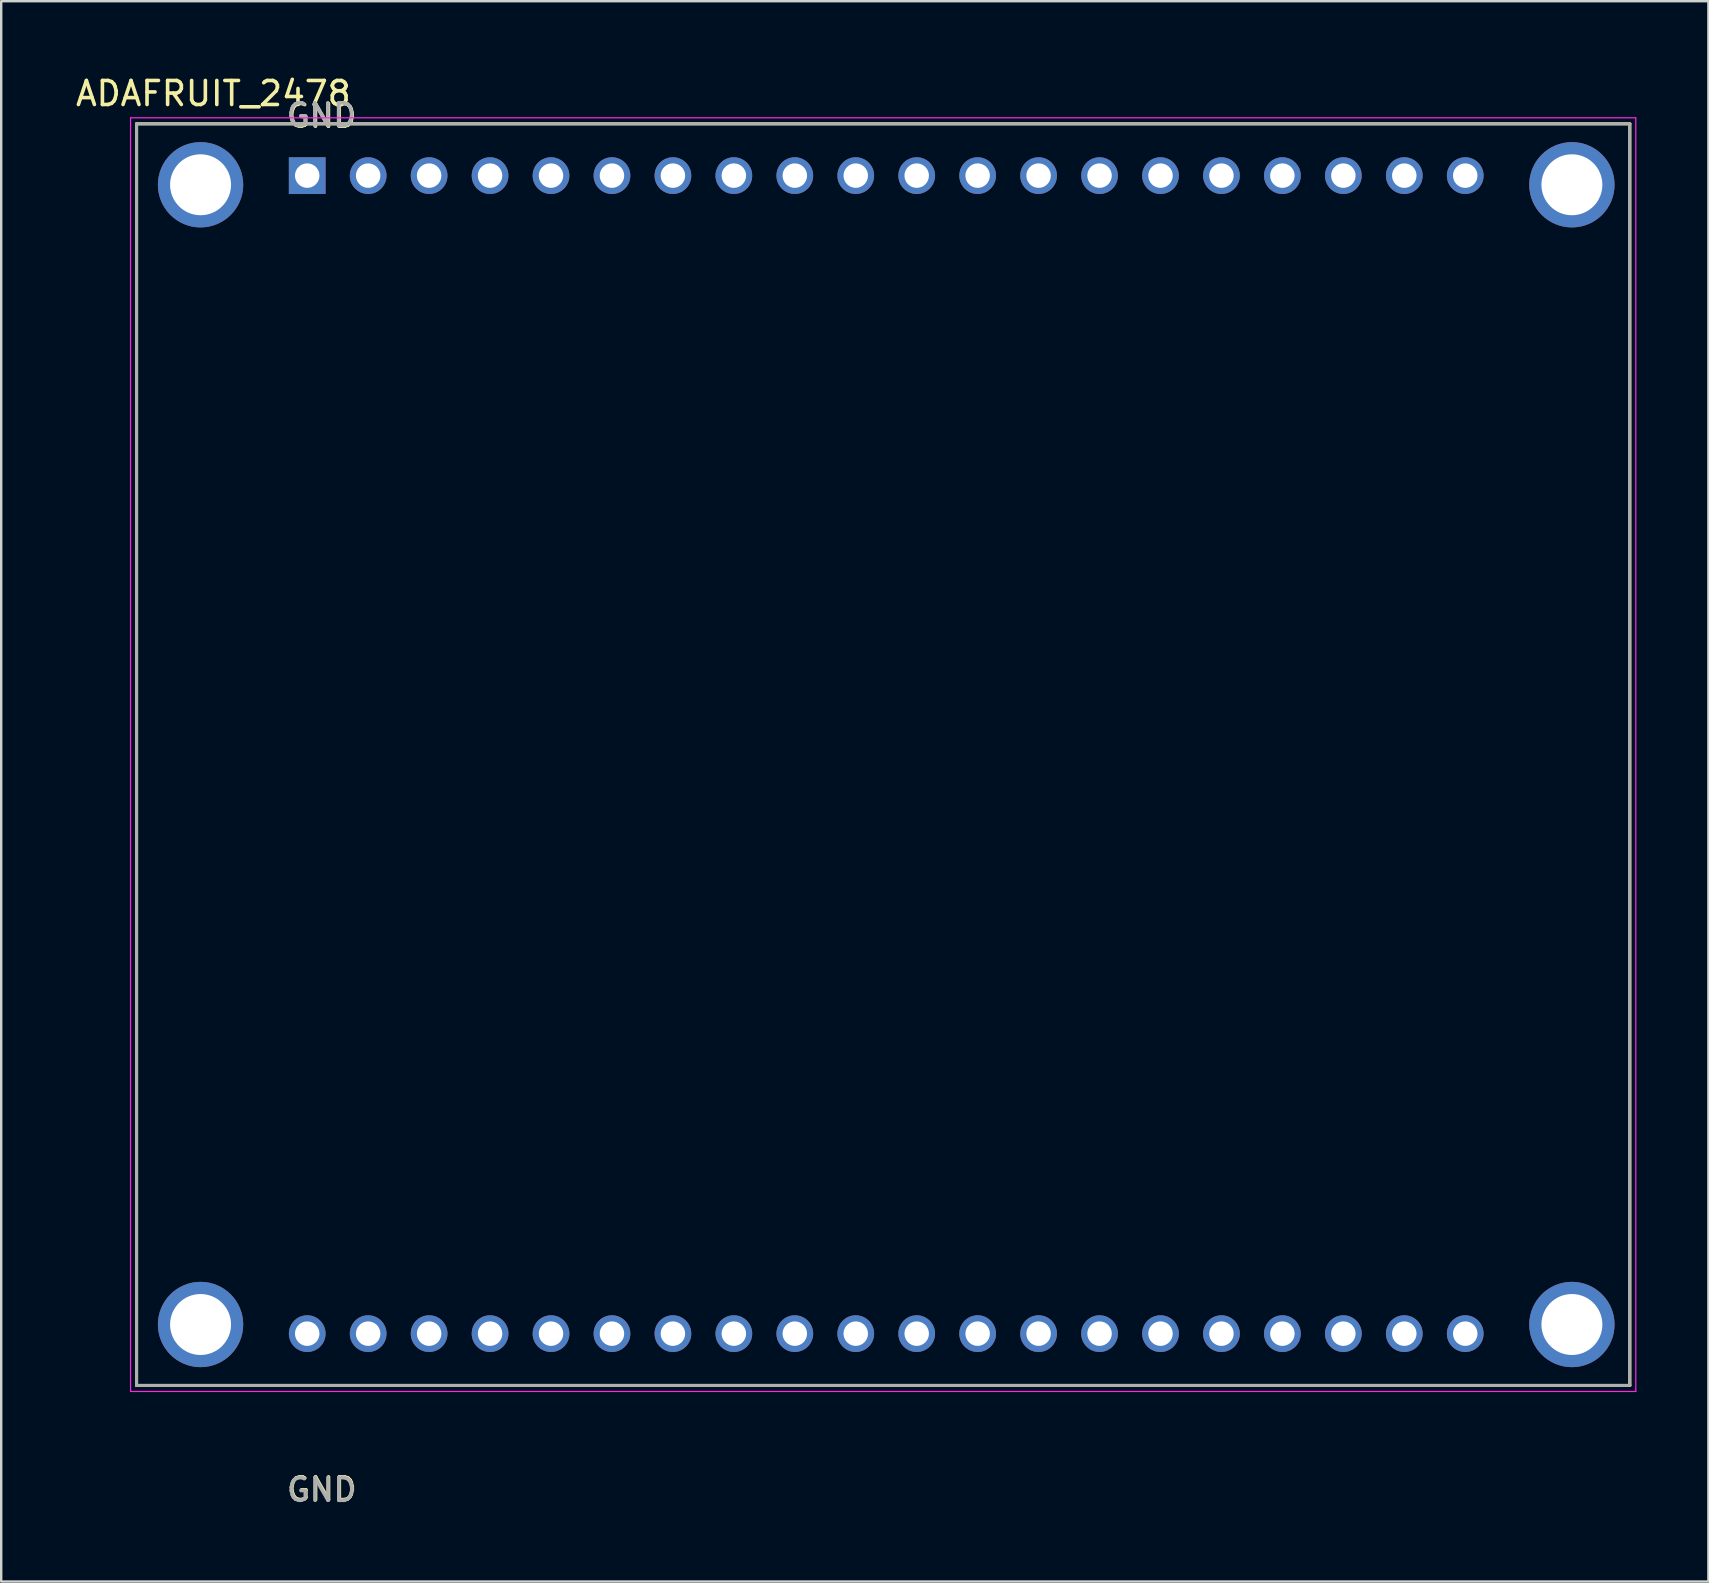
<source format=kicad_pcb>
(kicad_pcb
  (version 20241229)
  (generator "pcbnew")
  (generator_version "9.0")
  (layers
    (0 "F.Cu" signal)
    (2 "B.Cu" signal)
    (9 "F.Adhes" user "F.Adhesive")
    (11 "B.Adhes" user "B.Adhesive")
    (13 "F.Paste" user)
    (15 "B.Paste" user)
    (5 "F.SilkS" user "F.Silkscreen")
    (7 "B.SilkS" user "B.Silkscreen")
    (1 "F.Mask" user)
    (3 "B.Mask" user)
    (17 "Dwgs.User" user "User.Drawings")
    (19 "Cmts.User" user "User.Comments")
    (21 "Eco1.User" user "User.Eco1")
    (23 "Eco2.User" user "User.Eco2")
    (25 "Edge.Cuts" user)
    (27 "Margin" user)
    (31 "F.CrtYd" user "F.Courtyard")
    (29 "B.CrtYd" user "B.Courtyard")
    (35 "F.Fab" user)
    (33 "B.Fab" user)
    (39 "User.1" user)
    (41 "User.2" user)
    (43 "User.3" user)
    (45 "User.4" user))
  (footprint "ADAFRUIT_2478"
    (layer "F.Cu")
    (at 33.883 28.399)
    (property "Reference" "ADAFRUIT_2478" (at -28.041 -27.55 0) (layer "F.SilkS") (effects (font (size 1.001 1.001) (thickness 0.15))))
    (attr through_hole)
    (fp_line (start -31.242 -26.289) (end 30.988 -26.289) (stroke (width 0.127) (type solid)) (layer "F.SilkS"))
    (fp_line (start -31.242 26.289) (end -31.242 -26.289) (stroke (width 0.127) (type solid)) (layer "F.SilkS"))
    (fp_line (start 30.988 -26.289) (end 30.988 26.289) (stroke (width 0.127) (type solid)) (layer "F.SilkS"))
    (fp_line (start 30.988 26.289) (end -31.242 26.289) (stroke (width 0.127) (type solid)) (layer "F.SilkS"))
    (fp_line (start -31.492 -26.539) (end 31.238 -26.539) (stroke (width 0.05) (type solid)) (layer "F.CrtYd"))
    (fp_line (start -31.492 26.539) (end -31.492 -26.539) (stroke (width 0.05) (type solid)) (layer "F.CrtYd"))
    (fp_line (start 31.238 -26.539) (end 31.238 26.539) (stroke (width 0.05) (type solid)) (layer "F.CrtYd"))
    (fp_line (start 31.238 26.539) (end -31.492 26.539) (stroke (width 0.05) (type solid)) (layer "F.CrtYd"))
    (fp_line (start -31.242 -26.289) (end 30.988 -26.289) (stroke (width 0.127) (type solid)) (layer "F.Fab"))
    (fp_line (start -31.242 26.289) (end -31.242 -26.289) (stroke (width 0.127) (type solid)) (layer "F.Fab"))
    (fp_line (start 30.988 -26.289) (end 30.988 26.289) (stroke (width 0.127) (type solid)) (layer "F.Fab"))
    (fp_line (start 30.988 26.289) (end -31.242 26.289) (stroke (width 0.127) (type solid)) (layer "F.Fab"))
    (fp_text user "GND" (at -23.512 30.616 0) (layer "F.SilkS") (effects (font (size 0.945 0.945) (thickness 0.15))))
    (fp_text user "GND" (at -23.517 -26.62 0) (layer "F.SilkS") (effects (font (size 0.946 0.946) (thickness 0.15))))
    (fp_text user "GND" (at -23.534 30.644 0) (layer "F.Fab") (effects (font (size 0.946 0.946) (thickness 0.15))))
    (fp_text user "GND" (at -23.542 -26.647 0) (layer "F.Fab") (effects (font (size 0.947 0.947) (thickness 0.15))))
    (pad "1" thru_hole rect (at -24.13 -24.13) (size 1.53 1.53) (drill 1.02) (layers "*.Cu" "*.Mask"))
    (pad "2" thru_hole circle (at -21.59 -24.13) (size 1.53 1.53) (drill 1.02) (layers "*.Cu" "*.Mask"))
    (pad "3" thru_hole circle (at -19.05 -24.13) (size 1.53 1.53) (drill 1.02) (layers "*.Cu" "*.Mask"))
    (pad "4" thru_hole circle (at -16.51 -24.13) (size 1.53 1.53) (drill 1.02) (layers "*.Cu" "*.Mask"))
    (pad "5" thru_hole circle (at -13.97 -24.13) (size 1.53 1.53) (drill 1.02) (layers "*.Cu" "*.Mask"))
    (pad "6" thru_hole circle (at -11.43 -24.13) (size 1.53 1.53) (drill 1.02) (layers "*.Cu" "*.Mask"))
    (pad "7" thru_hole circle (at -8.89 -24.13) (size 1.53 1.53) (drill 1.02) (layers "*.Cu" "*.Mask"))
    (pad "8" thru_hole circle (at -6.35 -24.13) (size 1.53 1.53) (drill 1.02) (layers "*.Cu" "*.Mask"))
    (pad "9" thru_hole circle (at -3.81 -24.13) (size 1.53 1.53) (drill 1.02) (layers "*.Cu" "*.Mask"))
    (pad "10" thru_hole circle (at -1.27 -24.13) (size 1.53 1.53) (drill 1.02) (layers "*.Cu" "*.Mask"))
    (pad "11" thru_hole circle (at 1.27 -24.13) (size 1.53 1.53) (drill 1.02) (layers "*.Cu" "*.Mask"))
    (pad "12" thru_hole circle (at 3.81 -24.13) (size 1.53 1.53) (drill 1.02) (layers "*.Cu" "*.Mask"))
    (pad "13" thru_hole circle (at 6.35 -24.13) (size 1.53 1.53) (drill 1.02) (layers "*.Cu" "*.Mask"))
    (pad "14" thru_hole circle (at 8.89 -24.13) (size 1.53 1.53) (drill 1.02) (layers "*.Cu" "*.Mask"))
    (pad "15" thru_hole circle (at 11.43 -24.13) (size 1.53 1.53) (drill 1.02) (layers "*.Cu" "*.Mask"))
    (pad "16" thru_hole circle (at 13.97 -24.13) (size 1.53 1.53) (drill 1.02) (layers "*.Cu" "*.Mask"))
    (pad "17" thru_hole circle (at 16.51 -24.13) (size 1.53 1.53) (drill 1.02) (layers "*.Cu" "*.Mask"))
    (pad "18" thru_hole circle (at 19.05 -24.13) (size 1.53 1.53) (drill 1.02) (layers "*.Cu" "*.Mask"))
    (pad "19" thru_hole circle (at 21.59 -24.13) (size 1.53 1.53) (drill 1.02) (layers "*.Cu" "*.Mask"))
    (pad "20" thru_hole circle (at 24.13 -24.13) (size 1.53 1.53) (drill 1.02) (layers "*.Cu" "*.Mask"))
    (pad "21" thru_hole circle (at -24.13 24.13) (size 1.53 1.53) (drill 1.02) (layers "*.Cu" "*.Mask"))
    (pad "22" thru_hole circle (at -21.59 24.13) (size 1.53 1.53) (drill 1.02) (layers "*.Cu" "*.Mask"))
    (pad "23" thru_hole circle (at -19.05 24.13) (size 1.53 1.53) (drill 1.02) (layers "*.Cu" "*.Mask"))
    (pad "24" thru_hole circle (at -16.51 24.13) (size 1.53 1.53) (drill 1.02) (layers "*.Cu" "*.Mask"))
    (pad "25" thru_hole circle (at -13.97 24.13) (size 1.53 1.53) (drill 1.02) (layers "*.Cu" "*.Mask"))
    (pad "26" thru_hole circle (at -11.43 24.13) (size 1.53 1.53) (drill 1.02) (layers "*.Cu" "*.Mask"))
    (pad "27" thru_hole circle (at -8.89 24.13) (size 1.53 1.53) (drill 1.02) (layers "*.Cu" "*.Mask"))
    (pad "28" thru_hole circle (at -6.35 24.13) (size 1.53 1.53) (drill 1.02) (layers "*.Cu" "*.Mask"))
    (pad "29" thru_hole circle (at -3.81 24.13) (size 1.53 1.53) (drill 1.02) (layers "*.Cu" "*.Mask"))
    (pad "30" thru_hole circle (at -1.27 24.13) (size 1.53 1.53) (drill 1.02) (layers "*.Cu" "*.Mask"))
    (pad "31" thru_hole circle (at 1.27 24.13) (size 1.53 1.53) (drill 1.02) (layers "*.Cu" "*.Mask"))
    (pad "32" thru_hole circle (at 3.81 24.13) (size 1.53 1.53) (drill 1.02) (layers "*.Cu" "*.Mask"))
    (pad "33" thru_hole circle (at 6.35 24.13) (size 1.53 1.53) (drill 1.02) (layers "*.Cu" "*.Mask"))
    (pad "34" thru_hole circle (at 8.89 24.13) (size 1.53 1.53) (drill 1.02) (layers "*.Cu" "*.Mask"))
    (pad "35" thru_hole circle (at 11.43 24.13) (size 1.53 1.53) (drill 1.02) (layers "*.Cu" "*.Mask"))
    (pad "36" thru_hole circle (at 13.97 24.13) (size 1.53 1.53) (drill 1.02) (layers "*.Cu" "*.Mask"))
    (pad "37" thru_hole circle (at 16.51 24.13) (size 1.53 1.53) (drill 1.02) (layers "*.Cu" "*.Mask"))
    (pad "38" thru_hole circle (at 19.05 24.13) (size 1.53 1.53) (drill 1.02) (layers "*.Cu" "*.Mask"))
    (pad "39" thru_hole circle (at 21.59 24.13) (size 1.53 1.53) (drill 1.02) (layers "*.Cu" "*.Mask"))
    (pad "40" thru_hole circle (at 24.13 24.13) (size 1.53 1.53) (drill 1.02) (layers "*.Cu" "*.Mask"))
    (pad "S1" thru_hole circle (at -28.575 -23.749) (size 3.556 3.556) (drill 2.54) (layers "*.Cu" "*.Mask"))
    (pad "S2" thru_hole circle (at -28.575 23.749) (size 3.556 3.556) (drill 2.54) (layers "*.Cu" "*.Mask"))
    (pad "S3" thru_hole circle (at 28.575 -23.749) (size 3.556 3.556) (drill 2.54) (layers "*.Cu" "*.Mask"))
    (pad "S4" thru_hole circle (at 28.575 23.749) (size 3.556 3.556) (drill 2.54) (layers "*.Cu" "*.Mask")))
  (gr_rect
    (start -3 -3)
    (end 68.146 62.86)
    (stroke (width 0.1) (type default))
    (fill no)
    (layer "Edge.Cuts")))
</source>
